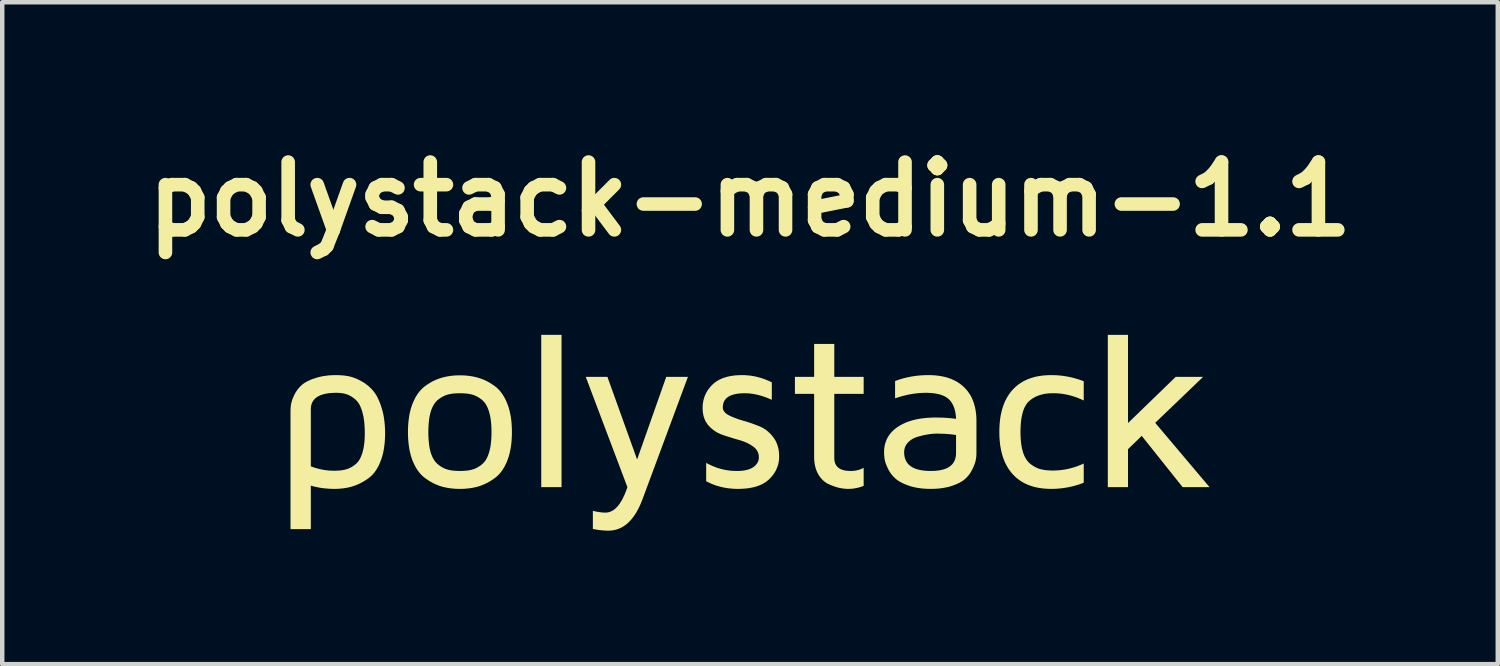
<source format=kicad_pcb>
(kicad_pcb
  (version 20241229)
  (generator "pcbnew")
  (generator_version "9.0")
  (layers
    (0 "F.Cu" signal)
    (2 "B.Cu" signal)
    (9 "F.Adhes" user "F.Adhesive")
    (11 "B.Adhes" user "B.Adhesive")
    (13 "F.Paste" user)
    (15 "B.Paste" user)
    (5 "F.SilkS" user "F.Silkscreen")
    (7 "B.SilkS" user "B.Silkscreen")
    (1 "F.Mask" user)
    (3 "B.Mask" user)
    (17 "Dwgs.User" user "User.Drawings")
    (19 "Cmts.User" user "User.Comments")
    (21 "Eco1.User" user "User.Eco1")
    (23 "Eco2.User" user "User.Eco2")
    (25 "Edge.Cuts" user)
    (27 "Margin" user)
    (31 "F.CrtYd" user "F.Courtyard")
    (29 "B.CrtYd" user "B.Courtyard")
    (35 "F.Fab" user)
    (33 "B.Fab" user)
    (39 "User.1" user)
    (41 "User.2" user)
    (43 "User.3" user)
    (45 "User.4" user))
  (footprint "polystack-medium-1.1"
    (layer "F.Cu")
    (at 13.803 6.674)
    (property "Reference" "polystack-medium-1.1" (at 0 -5.248 0) (layer "F.SilkS") (effects (font (size 1.524 1.524) (thickness 0.305))))
    (attr smd)
    (fp_poly (pts (xy -4.691 1.222) (xy -4.691 -2.2) (xy -4.235 -2.2) (xy -4.235 1.222) (xy -4.691 1.222)) (stroke (width 0) (type solid)) (fill yes) (layer "F.SilkS"))
    (fp_poly (pts (xy 8.04 1.222) (xy 8.04 -2.2) (xy 8.494 -2.2) (xy 8.494 -0.218) (xy 9.566 -1.256) (xy 10.182 -1.256) (xy 9.105 -0.223) (xy 10.325 1.222) (xy 9.721 1.222) (xy 8.802 0.07) (xy 8.494 0.369) (xy 8.494 1.222) (xy 8.04 1.222)) (stroke (width 0) (type solid)) (fill yes) (layer "F.SilkS"))
    (fp_poly (pts (xy 1.009 -0.873) (xy 1.009 -1.256) (xy 1.441 -1.256) (xy 1.441 -1.996) (xy 1.894 -1.996) (xy 1.894 -1.256) (xy 2.554 -1.256) (xy 2.554 -0.873) (xy 1.894 -0.873) (xy 1.894 0.568) (xy 1.895 0.593) (xy 1.897 0.618) (xy 1.901 0.641) (xy 1.906 0.664) (xy 1.913 0.685) (xy 1.921 0.705) (xy 1.931 0.723) (xy 1.943 0.741) (xy 1.955 0.757) (xy 1.97 0.772) (xy 1.986 0.786) (xy 2.003 0.798) (xy 2.022 0.81) (xy 2.043 0.82) (xy 2.064 0.829) (xy 2.088 0.837) (xy 2.113 0.844) (xy 2.139 0.849) (xy 2.167 0.853) (xy 2.197 0.856) (xy 2.228 0.858) (xy 2.26 0.859) (xy 2.265 0.859) (xy 2.299 0.858) (xy 2.331 0.856) (xy 2.363 0.852) (xy 2.393 0.847) (xy 2.422 0.84) (xy 2.451 0.832) (xy 2.478 0.823) (xy 2.504 0.812) (xy 2.53 0.8) (xy 2.554 0.786) (xy 2.554 1.193) (xy 2.526 1.204) (xy 2.497 1.214) (xy 2.469 1.223) (xy 2.441 1.231) (xy 2.412 1.238) (xy 2.384 1.244) (xy 2.356 1.249) (xy 2.328 1.254) (xy 2.299 1.257) (xy 2.271 1.259) (xy 2.243 1.261) (xy 2.214 1.261) (xy 2.202 1.261) (xy 2.176 1.261) (xy 2.15 1.259) (xy 2.123 1.257) (xy 2.096 1.254) (xy 2.068 1.25) (xy 2.039 1.245) (xy 2.011 1.239) (xy 1.987 1.234) (xy 1.963 1.228) (xy 1.938 1.22) (xy 1.912 1.212) (xy 1.885 1.202) (xy 1.856 1.192) (xy 1.827 1.18) (xy 1.797 1.168) (xy 1.766 1.154) (xy 1.74 1.142) (xy 1.716 1.128) (xy 1.693 1.112) (xy 1.67 1.095) (xy 1.648 1.076) (xy 1.627 1.056) (xy 1.606 1.034) (xy 1.587 1.01) (xy 1.568 0.986) (xy 1.55 0.959) (xy 1.533 0.931) (xy 1.52 0.908) (xy 1.508 0.884) (xy 1.498 0.859) (xy 1.488 0.834) (xy 1.479 0.807) (xy 1.471 0.78) (xy 1.464 0.752) (xy 1.458 0.724) (xy 1.452 0.694) (xy 1.448 0.664) (xy 1.445 0.633) (xy 1.443 0.602) (xy 1.441 0.569) (xy 1.441 0.536) (xy 1.441 -0.873) (xy 1.009 -0.873) (xy 1.009 -0.873)) (stroke (width 0) (type solid)) (fill yes) (layer "F.SilkS"))
    (fp_poly (pts (xy -3.691 -1.256) (xy -3.204 -1.256) (xy -2.537 0.601) (xy -1.882 -1.256) (xy -1.395 -1.256) (xy -2.413 1.487) (xy -2.426 1.521) (xy -2.44 1.555) (xy -2.453 1.587) (xy -2.467 1.619) (xy -2.481 1.65) (xy -2.496 1.68) (xy -2.51 1.709) (xy -2.526 1.738) (xy -2.541 1.765) (xy -2.556 1.792) (xy -2.572 1.818) (xy -2.589 1.843) (xy -2.605 1.867) (xy -2.622 1.891) (xy -2.639 1.913) (xy -2.656 1.935) (xy -2.674 1.955) (xy -2.692 1.975) (xy -2.71 1.994) (xy -2.728 2.013) (xy -2.747 2.03) (xy -2.766 2.047) (xy -2.785 2.062) (xy -2.805 2.077) (xy -2.825 2.091) (xy -2.845 2.104) (xy -2.866 2.117) (xy -2.886 2.128) (xy -2.907 2.139) (xy -2.929 2.148) (xy -2.95 2.157) (xy -2.972 2.165) (xy -2.994 2.173) (xy -3.017 2.179) (xy -3.04 2.185) (xy -3.063 2.189) (xy -3.086 2.193) (xy -3.11 2.196) (xy -3.133 2.198) (xy -3.158 2.199) (xy -3.182 2.2) (xy -3.184 2.2) (xy -3.212 2.2) (xy -3.24 2.199) (xy -3.268 2.197) (xy -3.296 2.195) (xy -3.325 2.193) (xy -3.354 2.19) (xy -3.383 2.187) (xy -3.412 2.183) (xy -3.441 2.178) (xy -3.471 2.173) (xy -3.501 2.167) (xy -3.531 2.161) (xy -3.531 1.754) (xy -3.502 1.761) (xy -3.473 1.768) (xy -3.444 1.774) (xy -3.416 1.779) (xy -3.388 1.783) (xy -3.36 1.787) (xy -3.332 1.79) (xy -3.305 1.792) (xy -3.279 1.794) (xy -3.252 1.795) (xy -3.232 1.794) (xy -3.212 1.792) (xy -3.192 1.789) (xy -3.172 1.785) (xy -3.153 1.779) (xy -3.134 1.772) (xy -3.115 1.764) (xy -3.097 1.754) (xy -3.078 1.743) (xy -3.06 1.731) (xy -3.042 1.718) (xy -3.025 1.703) (xy -3.008 1.687) (xy -2.991 1.67) (xy -2.974 1.652) (xy -2.958 1.632) (xy -2.941 1.611) (xy -2.926 1.589) (xy -2.91 1.565) (xy -2.895 1.54) (xy -2.879 1.514) (xy -2.865 1.487) (xy -2.85 1.458) (xy -2.836 1.428) (xy -2.822 1.397) (xy -2.808 1.365) (xy -2.794 1.331) (xy -2.781 1.296) (xy -2.768 1.26) (xy -2.755 1.222) (xy -3.691 -1.256) (xy -3.691 -1.256)) (stroke (width 0) (type solid)) (fill yes) (layer "F.SilkS"))
    (fp_poly (pts (xy 5.903 0.931) (xy 5.886 0.912) (xy 5.87 0.893) (xy 5.854 0.873) (xy 5.838 0.852) (xy 5.824 0.831) (xy 5.809 0.81) (xy 5.795 0.788) (xy 5.782 0.765) (xy 5.769 0.742) (xy 5.756 0.719) (xy 5.744 0.695) (xy 5.732 0.671) (xy 5.721 0.646) (xy 5.711 0.621) (xy 5.701 0.595) (xy 5.691 0.569) (xy 5.682 0.542) (xy 5.674 0.515) (xy 5.665 0.487) (xy 5.658 0.459) (xy 5.651 0.431) (xy 5.644 0.402) (xy 5.638 0.372) (xy 5.632 0.342) (xy 5.627 0.312) (xy 5.622 0.281) (xy 5.618 0.249) (xy 5.615 0.217) (xy 5.611 0.185) (xy 5.609 0.152) (xy 5.606 0.119) (xy 5.605 0.085) (xy 5.604 0.051) (xy 5.603 0.016) (xy 5.603 -0.019) (xy 5.603 -0.055) (xy 5.604 -0.089) (xy 5.605 -0.124) (xy 5.606 -0.158) (xy 5.609 -0.191) (xy 5.611 -0.224) (xy 5.615 -0.256) (xy 5.618 -0.288) (xy 5.622 -0.319) (xy 5.627 -0.35) (xy 5.632 -0.381) (xy 5.638 -0.411) (xy 5.644 -0.44) (xy 5.651 -0.469) (xy 5.658 -0.498) (xy 5.665 -0.526) (xy 5.674 -0.553) (xy 5.682 -0.58) (xy 5.691 -0.607) (xy 5.701 -0.633) (xy 5.711 -0.659) (xy 5.721 -0.684) (xy 5.732 -0.709) (xy 5.744 -0.733) (xy 5.756 -0.757) (xy 5.769 -0.78) (xy 5.782 -0.803) (xy 5.795 -0.825) (xy 5.809 -0.847) (xy 5.824 -0.868) (xy 5.838 -0.889) (xy 5.854 -0.909) (xy 5.87 -0.929) (xy 5.886 -0.949) (xy 5.903 -0.968) (xy 5.922 -0.987) (xy 5.941 -1.006) (xy 5.96 -1.025) (xy 5.98 -1.042) (xy 6 -1.059) (xy 6.021 -1.076) (xy 6.043 -1.092) (xy 6.065 -1.107) (xy 6.087 -1.122) (xy 6.11 -1.136) (xy 6.133 -1.15) (xy 6.157 -1.163) (xy 6.181 -1.175) (xy 6.206 -1.187) (xy 6.231 -1.198) (xy 6.257 -1.208) (xy 6.283 -1.218) (xy 6.31 -1.227) (xy 6.337 -1.236) (xy 6.365 -1.244) (xy 6.393 -1.252) (xy 6.422 -1.259) (xy 6.451 -1.265) (xy 6.481 -1.271) (xy 6.511 -1.276) (xy 6.541 -1.28) (xy 6.572 -1.284) (xy 6.604 -1.288) (xy 6.636 -1.29) (xy 6.669 -1.292) (xy 6.702 -1.294) (xy 6.735 -1.295) (xy 6.769 -1.295) (xy 6.799 -1.295) (xy 6.83 -1.294) (xy 6.86 -1.293) (xy 6.89 -1.292) (xy 6.919 -1.29) (xy 6.949 -1.287) (xy 6.979 -1.284) (xy 7.009 -1.281) (xy 7.038 -1.277) (xy 7.068 -1.273) (xy 7.097 -1.268) (xy 7.126 -1.263) (xy 7.155 -1.258) (xy 7.185 -1.252) (xy 7.214 -1.245) (xy 7.243 -1.239) (xy 7.271 -1.231) (xy 7.3 -1.223) (xy 7.329 -1.215) (xy 7.357 -1.207) (xy 7.386 -1.198) (xy 7.414 -1.188) (xy 7.443 -1.178) (xy 7.471 -1.168) (xy 7.499 -1.157) (xy 7.499 -0.725) (xy 7.471 -0.738) (xy 7.443 -0.751) (xy 7.415 -0.763) (xy 7.387 -0.775) (xy 7.358 -0.786) (xy 7.33 -0.796) (xy 7.302 -0.806) (xy 7.274 -0.815) (xy 7.245 -0.824) (xy 7.217 -0.832) (xy 7.189 -0.84) (xy 7.16 -0.847) (xy 7.132 -0.854) (xy 7.103 -0.859) (xy 7.075 -0.865) (xy 7.046 -0.87) (xy 7.018 -0.874) (xy 6.989 -0.878) (xy 6.961 -0.881) (xy 6.932 -0.883) (xy 6.904 -0.885) (xy 6.875 -0.887) (xy 6.846 -0.887) (xy 6.818 -0.888) (xy 6.808 -0.888) (xy 6.774 -0.887) (xy 6.741 -0.886) (xy 6.709 -0.884) (xy 6.677 -0.881) (xy 6.646 -0.877) (xy 6.616 -0.872) (xy 6.587 -0.866) (xy 6.558 -0.859) (xy 6.53 -0.852) (xy 6.503 -0.843) (xy 6.477 -0.834) (xy 6.451 -0.824) (xy 6.426 -0.813) (xy 6.402 -0.801) (xy 6.378 -0.788) (xy 6.355 -0.774) (xy 6.333 -0.76) (xy 6.312 -0.744) (xy 6.292 -0.728) (xy 6.272 -0.711) (xy 6.257 -0.697) (xy 6.243 -0.682) (xy 6.23 -0.666) (xy 6.217 -0.649) (xy 6.204 -0.631) (xy 6.193 -0.612) (xy 6.182 -0.592) (xy 6.171 -0.571) (xy 6.161 -0.549) (xy 6.151 -0.526) (xy 6.143 -0.502) (xy 6.134 -0.477) (xy 6.126 -0.451) (xy 6.119 -0.423) (xy 6.113 -0.395) (xy 6.107 -0.366) (xy 6.101 -0.336) (xy 6.096 -0.305) (xy 6.092 -0.273) (xy 6.088 -0.24) (xy 6.085 -0.205) (xy 6.083 -0.17) (xy 6.081 -0.134) (xy 6.079 -0.097) (xy 6.078 -0.059) (xy 6.078 -0.019) (xy 6.078 0.017) (xy 6.079 0.052) (xy 6.08 0.087) (xy 6.082 0.12) (xy 6.084 0.153) (xy 6.087 0.185) (xy 6.09 0.216) (xy 6.094 0.247) (xy 6.098 0.276) (xy 6.103 0.305) (xy 6.108 0.333) (xy 6.114 0.36) (xy 6.12 0.386) (xy 6.127 0.412) (xy 6.134 0.437) (xy 6.145 0.468) (xy 6.157 0.499) (xy 6.169 0.528) (xy 6.183 0.555) (xy 6.198 0.581) (xy 6.213 0.605) (xy 6.229 0.628) (xy 6.247 0.649) (xy 6.265 0.669) (xy 6.284 0.687) (xy 6.303 0.703) (xy 6.329 0.722) (xy 6.354 0.739) (xy 6.379 0.755) (xy 6.405 0.769) (xy 6.43 0.782) (xy 6.455 0.794) (xy 6.481 0.804) (xy 6.506 0.813) (xy 6.531 0.82) (xy 6.555 0.825) (xy 6.58 0.83) (xy 6.605 0.835) (xy 6.632 0.838) (xy 6.659 0.842) (xy 6.687 0.844) (xy 6.716 0.846) (xy 6.746 0.848) (xy 6.776 0.849) (xy 6.808 0.849) (xy 6.838 0.849) (xy 6.867 0.848) (xy 6.897 0.846) (xy 6.926 0.845) (xy 6.956 0.842) (xy 6.985 0.839) (xy 7.014 0.835) (xy 7.043 0.831) (xy 7.072 0.827) (xy 7.101 0.822) (xy 7.13 0.816) (xy 7.159 0.809) (xy 7.188 0.803) (xy 7.216 0.795) (xy 7.245 0.787) (xy 7.274 0.779) (xy 7.302 0.77) (xy 7.33 0.76) (xy 7.359 0.75) (xy 7.387 0.739) (xy 7.415 0.728) (xy 7.443 0.716) (xy 7.471 0.704) (xy 7.499 0.691) (xy 7.499 1.123) (xy 7.471 1.134) (xy 7.443 1.144) (xy 7.414 1.154) (xy 7.386 1.164) (xy 7.357 1.173) (xy 7.329 1.181) (xy 7.3 1.19) (xy 7.271 1.197) (xy 7.243 1.205) (xy 7.214 1.211) (xy 7.185 1.218) (xy 7.155 1.224) (xy 7.126 1.229) (xy 7.097 1.234) (xy 7.068 1.239) (xy 7.038 1.243) (xy 7.009 1.247) (xy 6.979 1.25) (xy 6.949 1.253) (xy 6.919 1.256) (xy 6.89 1.258) (xy 6.86 1.259) (xy 6.83 1.26) (xy 6.799 1.261) (xy 6.769 1.261) (xy 6.735 1.261) (xy 6.702 1.26) (xy 6.669 1.258) (xy 6.636 1.256) (xy 6.604 1.254) (xy 6.572 1.25) (xy 6.541 1.246) (xy 6.511 1.242) (xy 6.481 1.237) (xy 6.451 1.231) (xy 6.422 1.225) (xy 6.393 1.218) (xy 6.365 1.21) (xy 6.337 1.202) (xy 6.31 1.193) (xy 6.283 1.184) (xy 6.257 1.174) (xy 6.231 1.163) (xy 6.206 1.152) (xy 6.181 1.14) (xy 6.157 1.128) (xy 6.133 1.115) (xy 6.11 1.101) (xy 6.087 1.087) (xy 6.065 1.072) (xy 6.043 1.056) (xy 6.021 1.04) (xy 6 1.024) (xy 5.98 1.006) (xy 5.96 0.989) (xy 5.941 0.97) (xy 5.922 0.951) (xy 5.903 0.931) (xy 5.903 0.931)) (stroke (width 0) (type solid)) (fill yes) (layer "F.SilkS"))
    (fp_poly (pts (xy -10.325 2.166) (xy -10.325 -0.497) (xy -9.697 -0.822) (xy -9.716 -0.811) (xy -9.735 -0.799) (xy -9.752 -0.786) (xy -9.768 -0.772) (xy -9.783 -0.758) (xy -9.797 -0.743) (xy -9.809 -0.727) (xy -9.82 -0.711) (xy -9.831 -0.693) (xy -9.84 -0.675) (xy -9.847 -0.656) (xy -9.854 -0.636) (xy -9.859 -0.616) (xy -9.863 -0.595) (xy -9.866 -0.573) (xy -9.868 -0.55) (xy -9.869 -0.526) (xy -9.869 0.754) (xy -9.869 0.754) (xy -9.84 0.765) (xy -9.811 0.775) (xy -9.783 0.785) (xy -9.754 0.794) (xy -9.725 0.802) (xy -9.696 0.809) (xy -9.667 0.817) (xy -9.638 0.823) (xy -9.609 0.829) (xy -9.579 0.834) (xy -9.55 0.839) (xy -9.521 0.843) (xy -9.491 0.846) (xy -9.461 0.849) (xy -9.432 0.851) (xy -9.402 0.852) (xy -9.372 0.853) (xy -9.342 0.854) (xy -9.309 0.853) (xy -9.277 0.852) (xy -9.246 0.85) (xy -9.216 0.848) (xy -9.187 0.845) (xy -9.159 0.841) (xy -9.133 0.836) (xy -9.107 0.831) (xy -9.083 0.825) (xy -9.056 0.816) (xy -9.029 0.807) (xy -9.002 0.795) (xy -8.975 0.782) (xy -8.948 0.767) (xy -8.922 0.751) (xy -8.896 0.733) (xy -8.869 0.713) (xy -8.851 0.697) (xy -8.833 0.68) (xy -8.816 0.661) (xy -8.8 0.641) (xy -8.785 0.619) (xy -8.771 0.596) (xy -8.757 0.571) (xy -8.745 0.544) (xy -8.733 0.516) (xy -8.722 0.487) (xy -8.712 0.456) (xy -8.705 0.432) (xy -8.698 0.407) (xy -8.692 0.381) (xy -8.686 0.355) (xy -8.681 0.328) (xy -8.676 0.299) (xy -8.672 0.271) (xy -8.668 0.241) (xy -8.665 0.21) (xy -8.662 0.179) (xy -8.66 0.147) (xy -8.658 0.114) (xy -8.657 0.08) (xy -8.656 0.045) (xy -8.656 0.01) (xy -8.656 -0.026) (xy -8.657 -0.061) (xy -8.658 -0.095) (xy -8.66 -0.128) (xy -8.662 -0.161) (xy -8.664 -0.193) (xy -8.667 -0.224) (xy -8.67 -0.254) (xy -8.674 -0.284) (xy -8.678 -0.312) (xy -8.682 -0.34) (xy -8.687 -0.367) (xy -8.693 -0.394) (xy -8.699 -0.419) (xy -8.705 -0.444) (xy -8.712 -0.468) (xy -8.722 -0.502) (xy -8.733 -0.534) (xy -8.745 -0.565) (xy -8.757 -0.594) (xy -8.77 -0.621) (xy -8.784 -0.646) (xy -8.799 -0.67) (xy -8.815 -0.692) (xy -8.832 -0.712) (xy -8.849 -0.73) (xy -8.867 -0.747) (xy -8.892 -0.768) (xy -8.918 -0.787) (xy -8.943 -0.805) (xy -8.968 -0.82) (xy -8.993 -0.834) (xy -9.019 -0.847) (xy -9.043 -0.857) (xy -9.068 -0.866) (xy -9.094 -0.873) (xy -9.12 -0.88) (xy -9.147 -0.885) (xy -9.175 -0.89) (xy -9.204 -0.893) (xy -9.234 -0.895) (xy -9.265 -0.897) (xy -9.296 -0.897) (xy -9.333 -0.897) (xy -9.368 -0.896) (xy -9.402 -0.894) (xy -9.435 -0.891) (xy -9.466 -0.888) (xy -9.496 -0.884) (xy -9.526 -0.878) (xy -9.554 -0.873) (xy -9.58 -0.866) (xy -9.606 -0.859) (xy -9.63 -0.851) (xy -9.654 -0.842) (xy -9.676 -0.832) (xy -9.697 -0.822) (xy -10.325 -0.497) (xy -10.324 -0.524) (xy -10.323 -0.55) (xy -10.321 -0.577) (xy -10.318 -0.603) (xy -10.315 -0.629) (xy -10.31 -0.655) (xy -10.305 -0.679) (xy -10.298 -0.704) (xy -10.29 -0.731) (xy -10.279 -0.76) (xy -10.267 -0.79) (xy -10.253 -0.822) (xy -10.237 -0.856) (xy -10.223 -0.883) (xy -10.208 -0.909) (xy -10.192 -0.934) (xy -10.175 -0.958) (xy -10.157 -0.982) (xy -10.138 -1.005) (xy -10.118 -1.027) (xy -10.097 -1.049) (xy -10.075 -1.07) (xy -10.057 -1.085) (xy -10.038 -1.1) (xy -10.018 -1.114) (xy -9.996 -1.128) (xy -9.972 -1.142) (xy -9.948 -1.155) (xy -9.921 -1.168) (xy -9.894 -1.181) (xy -9.865 -1.193) (xy -9.834 -1.205) (xy -9.803 -1.216) (xy -9.769 -1.227) (xy -9.744 -1.235) (xy -9.717 -1.243) (xy -9.691 -1.25) (xy -9.663 -1.257) (xy -9.636 -1.263) (xy -9.607 -1.269) (xy -9.579 -1.274) (xy -9.549 -1.278) (xy -9.519 -1.282) (xy -9.489 -1.286) (xy -9.458 -1.289) (xy -9.427 -1.291) (xy -9.395 -1.293) (xy -9.363 -1.294) (xy -9.33 -1.295) (xy -9.296 -1.295) (xy -9.266 -1.295) (xy -9.235 -1.294) (xy -9.205 -1.292) (xy -9.175 -1.29) (xy -9.145 -1.288) (xy -9.115 -1.284) (xy -9.086 -1.281) (xy -9.056 -1.276) (xy -9.027 -1.271) (xy -9.003 -1.266) (xy -8.978 -1.26) (xy -8.953 -1.253) (xy -8.927 -1.245) (xy -8.901 -1.236) (xy -8.875 -1.227) (xy -8.849 -1.216) (xy -8.822 -1.204) (xy -8.794 -1.191) (xy -8.767 -1.177) (xy -8.739 -1.162) (xy -8.713 -1.147) (xy -8.687 -1.132) (xy -8.662 -1.116) (xy -8.638 -1.1) (xy -8.615 -1.082) (xy -8.592 -1.064) (xy -8.569 -1.045) (xy -8.548 -1.026) (xy -8.527 -1.006) (xy -8.506 -0.985) (xy -8.486 -0.963) (xy -8.467 -0.941) (xy -8.452 -0.923) (xy -8.437 -0.903) (xy -8.423 -0.882) (xy -8.409 -0.861) (xy -8.395 -0.838) (xy -8.382 -0.815) (xy -8.369 -0.79) (xy -8.356 -0.764) (xy -8.344 -0.738) (xy -8.332 -0.71) (xy -8.321 -0.682) (xy -8.309 -0.652) (xy -8.298 -0.622) (xy -8.288 -0.59) (xy -8.278 -0.558) (xy -8.27 -0.532) (xy -8.262 -0.505) (xy -8.255 -0.479) (xy -8.248 -0.451) (xy -8.242 -0.424) (xy -8.236 -0.395) (xy -8.231 -0.367) (xy -8.226 -0.338) (xy -8.222 -0.308) (xy -8.218 -0.279) (xy -8.214 -0.248) (xy -8.211 -0.218) (xy -8.208 -0.186) (xy -8.205 -0.155) (xy -8.204 -0.123) (xy -8.202 -0.09) (xy -8.201 -0.057) (xy -8.2 -0.024) (xy -8.2 0.01) (xy -8.2 0.044) (xy -8.201 0.079) (xy -8.202 0.113) (xy -8.204 0.146) (xy -8.206 0.179) (xy -8.208 0.212) (xy -8.211 0.244) (xy -8.215 0.275) (xy -8.219 0.306) (xy -8.223 0.337) (xy -8.228 0.367) (xy -8.233 0.396) (xy -8.239 0.425) (xy -8.245 0.454) (xy -8.252 0.482) (xy -8.259 0.509) (xy -8.267 0.537) (xy -8.275 0.563) (xy -8.283 0.589) (xy -8.292 0.615) (xy -8.302 0.64) (xy -8.315 0.672) (xy -8.328 0.703) (xy -8.342 0.733) (xy -8.357 0.762) (xy -8.372 0.789) (xy -8.387 0.816) (xy -8.404 0.842) (xy -8.421 0.866) (xy -8.438 0.89) (xy -8.457 0.913) (xy -8.475 0.934) (xy -8.495 0.954) (xy -8.515 0.974) (xy -8.535 0.992) (xy -8.557 1.01) (xy -8.578 1.026) (xy -8.604 1.044) (xy -8.629 1.06) (xy -8.655 1.077) (xy -8.68 1.092) (xy -8.706 1.107) (xy -8.732 1.121) (xy -8.757 1.134) (xy -8.783 1.147) (xy -8.809 1.159) (xy -8.835 1.17) (xy -8.861 1.181) (xy -8.887 1.19) (xy -8.914 1.199) (xy -8.94 1.208) (xy -8.966 1.215) (xy -8.993 1.222) (xy -9.02 1.228) (xy -9.047 1.234) (xy -9.075 1.239) (xy -9.103 1.244) (xy -9.131 1.248) (xy -9.16 1.251) (xy -9.19 1.254) (xy -9.219 1.257) (xy -9.25 1.259) (xy -9.28 1.26) (xy -9.311 1.261) (xy -9.342 1.261) (xy -9.373 1.261) (xy -9.403 1.26) (xy -9.433 1.259) (xy -9.463 1.258) (xy -9.493 1.255) (xy -9.523 1.253) (xy -9.552 1.25) (xy -9.582 1.247) (xy -9.611 1.243) (xy -9.64 1.239) (xy -9.669 1.234) (xy -9.698 1.229) (xy -9.727 1.223) (xy -9.756 1.217) (xy -9.784 1.211) (xy -9.812 1.204) (xy -9.841 1.196) (xy -9.869 1.188) (xy -9.869 2.166) (xy -10.325 2.166) (xy -10.325 2.166)) (stroke (width 0) (type solid)) (fill yes) (layer "F.SilkS"))
    (fp_poly (pts (xy -1.065 -0.555) (xy -1.064 -0.586) (xy -1.063 -0.616) (xy -1.06 -0.646) (xy -1.056 -0.675) (xy -1.051 -0.704) (xy -1.045 -0.732) (xy -1.038 -0.76) (xy -1.03 -0.787) (xy -1.021 -0.814) (xy -1.01 -0.84) (xy -0.999 -0.866) (xy -0.986 -0.892) (xy -0.973 -0.917) (xy -0.958 -0.941) (xy -0.942 -0.966) (xy -0.925 -0.989) (xy -0.907 -1.012) (xy -0.888 -1.035) (xy -0.868 -1.057) (xy -0.846 -1.079) (xy -0.828 -1.096) (xy -0.81 -1.112) (xy -0.79 -1.128) (xy -0.77 -1.143) (xy -0.749 -1.157) (xy -0.727 -1.17) (xy -0.705 -1.183) (xy -0.682 -1.195) (xy -0.658 -1.207) (xy -0.633 -1.217) (xy -0.608 -1.227) (xy -0.581 -1.237) (xy -0.555 -1.245) (xy -0.527 -1.253) (xy -0.499 -1.261) (xy -0.47 -1.267) (xy -0.44 -1.273) (xy -0.409 -1.278) (xy -0.378 -1.283) (xy -0.346 -1.287) (xy -0.313 -1.29) (xy -0.28 -1.292) (xy -0.245 -1.294) (xy -0.21 -1.295) (xy -0.175 -1.295) (xy -0.145 -1.295) (xy -0.116 -1.294) (xy -0.087 -1.292) (xy -0.058 -1.29) (xy -0.029 -1.287) (xy 0.001 -1.284) (xy 0.03 -1.28) (xy 0.059 -1.275) (xy 0.088 -1.27) (xy 0.117 -1.264) (xy 0.146 -1.258) (xy 0.175 -1.251) (xy 0.203 -1.243) (xy 0.232 -1.235) (xy 0.261 -1.226) (xy 0.29 -1.217) (xy 0.318 -1.206) (xy 0.347 -1.196) (xy 0.376 -1.184) (xy 0.404 -1.172) (xy 0.433 -1.16) (xy 0.461 -1.146) (xy 0.49 -1.133) (xy 0.49 -0.74) (xy 0.459 -0.754) (xy 0.429 -0.767) (xy 0.398 -0.779) (xy 0.368 -0.791) (xy 0.338 -0.802) (xy 0.309 -0.812) (xy 0.279 -0.822) (xy 0.249 -0.831) (xy 0.22 -0.839) (xy 0.191 -0.847) (xy 0.162 -0.854) (xy 0.133 -0.861) (xy 0.104 -0.866) (xy 0.076 -0.871) (xy 0.048 -0.876) (xy 0.02 -0.879) (xy -0.008 -0.882) (xy -0.036 -0.885) (xy -0.064 -0.886) (xy -0.092 -0.887) (xy -0.119 -0.888) (xy -0.155 -0.887) (xy -0.189 -0.886) (xy -0.222 -0.884) (xy -0.254 -0.881) (xy -0.284 -0.877) (xy -0.313 -0.872) (xy -0.341 -0.866) (xy -0.367 -0.86) (xy -0.392 -0.852) (xy -0.416 -0.844) (xy -0.438 -0.835) (xy -0.459 -0.825) (xy -0.479 -0.814) (xy -0.497 -0.802) (xy -0.514 -0.79) (xy -0.529 -0.776) (xy -0.544 -0.762) (xy -0.556 -0.746) (xy -0.568 -0.73) (xy -0.578 -0.713) (xy -0.587 -0.695) (xy -0.594 -0.677) (xy -0.6 -0.657) (xy -0.605 -0.637) (xy -0.608 -0.615) (xy -0.611 -0.593) (xy -0.611 -0.57) (xy -0.61 -0.547) (xy -0.605 -0.525) (xy -0.597 -0.504) (xy -0.585 -0.484) (xy -0.571 -0.465) (xy -0.553 -0.446) (xy -0.532 -0.428) (xy -0.508 -0.411) (xy -0.48 -0.395) (xy -0.456 -0.383) (xy -0.431 -0.371) (xy -0.405 -0.359) (xy -0.378 -0.348) (xy -0.35 -0.337) (xy -0.321 -0.326) (xy -0.292 -0.315) (xy -0.261 -0.304) (xy -0.23 -0.294) (xy -0.198 -0.284) (xy -0.165 -0.274) (xy -0.137 -0.266) (xy -0.108 -0.258) (xy -0.08 -0.249) (xy -0.051 -0.24) (xy -0.023 -0.231) (xy 0.005 -0.222) (xy 0.034 -0.212) (xy 0.062 -0.202) (xy 0.09 -0.192) (xy 0.119 -0.181) (xy 0.147 -0.171) (xy 0.175 -0.159) (xy 0.204 -0.148) (xy 0.23 -0.137) (xy 0.256 -0.125) (xy 0.281 -0.112) (xy 0.306 -0.098) (xy 0.33 -0.083) (xy 0.354 -0.067) (xy 0.377 -0.05) (xy 0.399 -0.032) (xy 0.421 -0.012) (xy 0.442 0.008) (xy 0.463 0.029) (xy 0.483 0.052) (xy 0.502 0.075) (xy 0.521 0.099) (xy 0.538 0.122) (xy 0.553 0.144) (xy 0.567 0.168) (xy 0.58 0.192) (xy 0.592 0.217) (xy 0.603 0.242) (xy 0.613 0.268) (xy 0.621 0.295) (xy 0.629 0.322) (xy 0.636 0.35) (xy 0.642 0.379) (xy 0.647 0.408) (xy 0.65 0.438) (xy 0.653 0.468) (xy 0.654 0.499) (xy 0.655 0.531) (xy 0.654 0.561) (xy 0.653 0.59) (xy 0.65 0.619) (xy 0.646 0.647) (xy 0.641 0.675) (xy 0.635 0.703) (xy 0.627 0.73) (xy 0.619 0.757) (xy 0.609 0.783) (xy 0.598 0.809) (xy 0.587 0.834) (xy 0.574 0.859) (xy 0.56 0.884) (xy 0.544 0.908) (xy 0.528 0.932) (xy 0.51 0.956) (xy 0.492 0.979) (xy 0.472 1.001) (xy 0.451 1.024) (xy 0.429 1.045) (xy 0.412 1.062) (xy 0.393 1.077) (xy 0.374 1.092) (xy 0.354 1.107) (xy 0.333 1.12) (xy 0.312 1.133) (xy 0.29 1.146) (xy 0.267 1.158) (xy 0.243 1.169) (xy 0.219 1.179) (xy 0.194 1.189) (xy 0.168 1.199) (xy 0.142 1.207) (xy 0.115 1.215) (xy 0.087 1.223) (xy 0.058 1.229) (xy 0.029 1.235) (xy -0.002 1.241) (xy -0.032 1.246) (xy -0.064 1.25) (xy -0.096 1.253) (xy -0.13 1.256) (xy -0.163 1.258) (xy -0.198 1.26) (xy -0.233 1.261) (xy -0.269 1.261) (xy -0.301 1.261) (xy -0.332 1.26) (xy -0.364 1.259) (xy -0.394 1.257) (xy -0.425 1.254) (xy -0.456 1.251) (xy -0.486 1.248) (xy -0.516 1.244) (xy -0.545 1.239) (xy -0.575 1.234) (xy -0.604 1.228) (xy -0.633 1.221) (xy -0.661 1.215) (xy -0.69 1.207) (xy -0.718 1.199) (xy -0.746 1.191) (xy -0.773 1.182) (xy -0.8 1.172) (xy -0.828 1.162) (xy -0.854 1.151) (xy -0.881 1.14) (xy -0.907 1.128) (xy -0.933 1.115) (xy -0.959 1.102) (xy -0.985 1.089) (xy -0.985 0.677) (xy -0.958 0.692) (xy -0.931 0.706) (xy -0.903 0.719) (xy -0.876 0.732) (xy -0.848 0.745) (xy -0.821 0.756) (xy -0.793 0.767) (xy -0.765 0.778) (xy -0.737 0.788) (xy -0.709 0.797) (xy -0.68 0.805) (xy -0.652 0.813) (xy -0.623 0.82) (xy -0.594 0.827) (xy -0.565 0.833) (xy -0.536 0.838) (xy -0.507 0.843) (xy -0.478 0.847) (xy -0.448 0.851) (xy -0.418 0.854) (xy -0.389 0.856) (xy -0.359 0.857) (xy -0.329 0.858) (xy -0.298 0.859) (xy -0.289 0.859) (xy -0.253 0.858) (xy -0.218 0.857) (xy -0.185 0.854) (xy -0.153 0.851) (xy -0.123 0.846) (xy -0.093 0.84) (xy -0.066 0.834) (xy -0.039 0.826) (xy -0.014 0.818) (xy 0.01 0.808) (xy 0.032 0.798) (xy 0.053 0.786) (xy 0.073 0.774) (xy 0.097 0.756) (xy 0.118 0.737) (xy 0.137 0.717) (xy 0.153 0.696) (xy 0.167 0.675) (xy 0.179 0.652) (xy 0.188 0.629) (xy 0.194 0.604) (xy 0.198 0.579) (xy 0.199 0.553) (xy 0.198 0.526) (xy 0.195 0.499) (xy 0.189 0.474) (xy 0.182 0.45) (xy 0.172 0.427) (xy 0.16 0.404) (xy 0.146 0.383) (xy 0.13 0.363) (xy 0.111 0.344) (xy 0.091 0.325) (xy 0.068 0.308) (xy 0.046 0.293) (xy 0.023 0.278) (xy 0.000001 0.263) (xy -0.024 0.25) (xy -0.049 0.237) (xy -0.075 0.224) (xy -0.102 0.213) (xy -0.129 0.201) (xy -0.158 0.191) (xy -0.187 0.181) (xy -0.217 0.171) (xy -0.247 0.163) (xy -0.276 0.154) (xy -0.305 0.146) (xy -0.334 0.137) (xy -0.362 0.129) (xy -0.391 0.12) (xy -0.42 0.111) (xy -0.449 0.102) (xy -0.477 0.093) (xy -0.506 0.084) (xy -0.535 0.075) (xy -0.563 0.065) (xy -0.592 0.056) (xy -0.621 0.046) (xy -0.649 0.036) (xy -0.676 0.024) (xy -0.703 0.011) (xy -0.729 -0.002) (xy -0.755 -0.016) (xy -0.78 -0.032) (xy -0.804 -0.048) (xy -0.828 -0.066) (xy -0.851 -0.084) (xy -0.873 -0.103) (xy -0.895 -0.124) (xy -0.916 -0.145) (xy -0.936 -0.167) (xy -0.953 -0.188) (xy -0.968 -0.209) (xy -0.982 -0.231) (xy -0.996 -0.254) (xy -1.008 -0.277) (xy -1.018 -0.302) (xy -1.028 -0.327) (xy -1.037 -0.353) (xy -1.044 -0.379) (xy -1.05 -0.407) (xy -1.056 -0.435) (xy -1.06 -0.464) (xy -1.062 -0.494) (xy -1.064 -0.524) (xy -1.065 -0.555) (xy -1.065 -0.555)) (stroke (width 0) (type solid)) (fill yes) (layer "F.SilkS"))
    (fp_poly (pts (xy 3.012 0.441) (xy 3.463 0.436) (xy 3.464 0.462) (xy 3.466 0.486) (xy 3.468 0.51) (xy 3.472 0.533) (xy 3.477 0.555) (xy 3.483 0.576) (xy 3.49 0.597) (xy 3.498 0.616) (xy 3.508 0.635) (xy 3.518 0.653) (xy 3.53 0.671) (xy 3.542 0.688) (xy 3.556 0.703) (xy 3.571 0.719) (xy 3.587 0.733) (xy 3.604 0.746) (xy 3.622 0.759) (xy 3.641 0.771) (xy 3.661 0.783) (xy 3.683 0.793) (xy 3.705 0.803) (xy 3.729 0.812) (xy 3.753 0.82) (xy 3.779 0.827) (xy 3.806 0.834) (xy 3.834 0.839) (xy 3.863 0.845) (xy 3.893 0.849) (xy 3.924 0.852) (xy 3.956 0.855) (xy 3.99 0.857) (xy 4.024 0.858) (xy 4.06 0.858) (xy 4.067 0.858) (xy 4.102 0.858) (xy 4.135 0.857) (xy 4.168 0.855) (xy 4.199 0.852) (xy 4.229 0.849) (xy 4.259 0.844) (xy 4.287 0.839) (xy 4.313 0.833) (xy 4.339 0.826) (xy 4.364 0.819) (xy 4.388 0.811) (xy 4.41 0.802) (xy 4.432 0.792) (xy 4.452 0.781) (xy 4.471 0.769) (xy 4.489 0.757) (xy 4.506 0.744) (xy 4.522 0.73) (xy 4.537 0.716) (xy 4.551 0.7) (xy 4.563 0.684) (xy 4.575 0.667) (xy 4.585 0.649) (xy 4.595 0.631) (xy 4.603 0.611) (xy 4.61 0.591) (xy 4.616 0.57) (xy 4.621 0.548) (xy 4.625 0.526) (xy 4.628 0.502) (xy 4.629 0.478) (xy 4.63 0.453) (xy 4.63 0.051) (xy 4.604 0.047) (xy 4.577 0.043) (xy 4.55 0.04) (xy 4.521 0.036) (xy 4.493 0.033) (xy 4.463 0.031) (xy 4.432 0.028) (xy 4.401 0.026) (xy 4.369 0.024) (xy 4.336 0.023) (xy 4.303 0.022) (xy 4.269 0.021) (xy 4.234 0.02) (xy 4.198 0.019) (xy 4.17 0.02) (xy 4.141 0.021) (xy 4.111 0.023) (xy 4.081 0.026) (xy 4.051 0.029) (xy 4.021 0.034) (xy 3.99 0.039) (xy 3.962 0.043) (xy 3.934 0.049) (xy 3.905 0.055) (xy 3.876 0.061) (xy 3.847 0.069) (xy 3.816 0.077) (xy 3.786 0.085) (xy 3.754 0.095) (xy 3.727 0.104) (xy 3.701 0.114) (xy 3.675 0.126) (xy 3.651 0.139) (xy 3.628 0.154) (xy 3.606 0.169) (xy 3.585 0.186) (xy 3.565 0.204) (xy 3.546 0.223) (xy 3.527 0.246) (xy 3.51 0.27) (xy 3.496 0.295) (xy 3.484 0.321) (xy 3.475 0.349) (xy 3.469 0.377) (xy 3.465 0.406) (xy 3.463 0.437) (xy 3.463 0.436) (xy 3.012 0.441) (xy 3.013 0.411) (xy 3.014 0.381) (xy 3.017 0.352) (xy 3.021 0.323) (xy 3.026 0.295) (xy 3.032 0.267) (xy 3.039 0.24) (xy 3.047 0.214) (xy 3.056 0.188) (xy 3.066 0.162) (xy 3.077 0.138) (xy 3.09 0.113) (xy 3.103 0.09) (xy 3.118 0.067) (xy 3.134 0.044) (xy 3.15 0.022) (xy 3.168 0.001) (xy 3.187 -0.02) (xy 3.207 -0.04) (xy 3.228 -0.06) (xy 3.25 -0.079) (xy 3.273 -0.098) (xy 3.297 -0.116) (xy 3.323 -0.133) (xy 3.344 -0.147) (xy 3.365 -0.16) (xy 3.387 -0.173) (xy 3.41 -0.185) (xy 3.433 -0.197) (xy 3.456 -0.208) (xy 3.48 -0.219) (xy 3.505 -0.23) (xy 3.53 -0.24) (xy 3.556 -0.249) (xy 3.582 -0.258) (xy 3.609 -0.267) (xy 3.636 -0.275) (xy 3.664 -0.283) (xy 3.692 -0.29) (xy 3.721 -0.297) (xy 3.75 -0.303) (xy 3.78 -0.309) (xy 3.81 -0.314) (xy 3.841 -0.319) (xy 3.873 -0.323) (xy 3.905 -0.327) (xy 3.937 -0.331) (xy 3.97 -0.334) (xy 4.004 -0.336) (xy 4.038 -0.338) (xy 4.072 -0.34) (xy 4.107 -0.341) (xy 4.143 -0.342) (xy 4.179 -0.342) (xy 4.21 -0.342) (xy 4.241 -0.341) (xy 4.271 -0.341) (xy 4.302 -0.34) (xy 4.332 -0.339) (xy 4.363 -0.337) (xy 4.393 -0.336) (xy 4.423 -0.334) (xy 4.453 -0.331) (xy 4.483 -0.329) (xy 4.513 -0.326) (xy 4.542 -0.323) (xy 4.572 -0.32) (xy 4.601 -0.317) (xy 4.63 -0.313) (xy 4.628 -0.349) (xy 4.625 -0.384) (xy 4.62 -0.418) (xy 4.615 -0.45) (xy 4.609 -0.482) (xy 4.602 -0.512) (xy 4.594 -0.54) (xy 4.585 -0.568) (xy 4.574 -0.594) (xy 4.563 -0.62) (xy 4.551 -0.644) (xy 4.538 -0.666) (xy 4.524 -0.688) (xy 4.509 -0.708) (xy 4.493 -0.727) (xy 4.476 -0.745) (xy 4.458 -0.762) (xy 4.441 -0.775) (xy 4.423 -0.789) (xy 4.404 -0.801) (xy 4.384 -0.813) (xy 4.362 -0.824) (xy 4.34 -0.834) (xy 4.316 -0.843) (xy 4.291 -0.852) (xy 4.266 -0.86) (xy 4.239 -0.867) (xy 4.211 -0.873) (xy 4.181 -0.879) (xy 4.151 -0.884) (xy 4.12 -0.888) (xy 4.087 -0.891) (xy 4.054 -0.894) (xy 4.019 -0.896) (xy 3.983 -0.897) (xy 3.946 -0.897) (xy 3.918 -0.897) (xy 3.89 -0.896) (xy 3.861 -0.895) (xy 3.833 -0.894) (xy 3.804 -0.891) (xy 3.775 -0.889) (xy 3.746 -0.886) (xy 3.717 -0.882) (xy 3.687 -0.878) (xy 3.658 -0.874) (xy 3.628 -0.869) (xy 3.598 -0.864) (xy 3.568 -0.858) (xy 3.538 -0.852) (xy 3.508 -0.845) (xy 3.477 -0.837) (xy 3.447 -0.83) (xy 3.416 -0.822) (xy 3.385 -0.813) (xy 3.354 -0.804) (xy 3.323 -0.794) (xy 3.291 -0.784) (xy 3.26 -0.774) (xy 3.26 -1.162) (xy 3.288 -1.172) (xy 3.316 -1.182) (xy 3.345 -1.192) (xy 3.373 -1.201) (xy 3.402 -1.21) (xy 3.431 -1.218) (xy 3.46 -1.226) (xy 3.489 -1.233) (xy 3.519 -1.24) (xy 3.548 -1.247) (xy 3.578 -1.253) (xy 3.608 -1.259) (xy 3.638 -1.264) (xy 3.668 -1.269) (xy 3.698 -1.274) (xy 3.729 -1.278) (xy 3.759 -1.281) (xy 3.79 -1.285) (xy 3.821 -1.287) (xy 3.852 -1.29) (xy 3.883 -1.292) (xy 3.914 -1.293) (xy 3.946 -1.294) (xy 3.977 -1.295) (xy 4.009 -1.295) (xy 4.043 -1.295) (xy 4.077 -1.294) (xy 4.11 -1.292) (xy 4.143 -1.29) (xy 4.175 -1.288) (xy 4.206 -1.284) (xy 4.237 -1.28) (xy 4.268 -1.276) (xy 4.298 -1.271) (xy 4.327 -1.265) (xy 4.356 -1.259) (xy 4.385 -1.252) (xy 4.413 -1.245) (xy 4.44 -1.236) (xy 4.467 -1.228) (xy 4.493 -1.219) (xy 4.519 -1.209) (xy 4.544 -1.198) (xy 4.569 -1.187) (xy 4.593 -1.175) (xy 4.617 -1.163) (xy 4.64 -1.15) (xy 4.663 -1.137) (xy 4.685 -1.123) (xy 4.707 -1.108) (xy 4.728 -1.093) (xy 4.748 -1.077) (xy 4.768 -1.061) (xy 4.788 -1.044) (xy 4.807 -1.026) (xy 4.826 -1.007) (xy 4.845 -0.988) (xy 4.862 -0.968) (xy 4.879 -0.948) (xy 4.896 -0.927) (xy 4.911 -0.905) (xy 4.926 -0.883) (xy 4.941 -0.861) (xy 4.955 -0.838) (xy 4.968 -0.814) (xy 4.98 -0.79) (xy 4.992 -0.765) (xy 5.003 -0.739) (xy 5.013 -0.713) (xy 5.023 -0.687) (xy 5.032 -0.66) (xy 5.04 -0.632) (xy 5.048 -0.604) (xy 5.055 -0.575) (xy 5.061 -0.546) (xy 5.067 -0.516) (xy 5.072 -0.486) (xy 5.076 -0.455) (xy 5.08 -0.423) (xy 5.083 -0.391) (xy 5.085 -0.358) (xy 5.087 -0.325) (xy 5.088 -0.291) (xy 5.088 -0.257) (xy 5.088 0.458) (xy 5.088 0.485) (xy 5.086 0.512) (xy 5.084 0.538) (xy 5.081 0.565) (xy 5.077 0.592) (xy 5.071 0.618) (xy 5.066 0.642) (xy 5.059 0.667) (xy 5.05 0.693) (xy 5.04 0.722) (xy 5.027 0.753) (xy 5.013 0.785) (xy 4.996 0.82) (xy 4.983 0.847) (xy 4.968 0.873) (xy 4.953 0.899) (xy 4.936 0.924) (xy 4.918 0.948) (xy 4.899 0.971) (xy 4.879 0.993) (xy 4.858 1.015) (xy 4.836 1.036) (xy 4.818 1.051) (xy 4.799 1.066) (xy 4.779 1.08) (xy 4.757 1.094) (xy 4.734 1.108) (xy 4.709 1.122) (xy 4.683 1.135) (xy 4.655 1.148) (xy 4.626 1.16) (xy 4.596 1.172) (xy 4.564 1.184) (xy 4.531 1.196) (xy 4.505 1.204) (xy 4.479 1.211) (xy 4.452 1.218) (xy 4.425 1.224) (xy 4.397 1.23) (xy 4.369 1.236) (xy 4.34 1.24) (xy 4.311 1.245) (xy 4.281 1.249) (xy 4.251 1.252) (xy 4.221 1.255) (xy 4.189 1.257) (xy 4.158 1.259) (xy 4.126 1.26) (xy 4.093 1.261) (xy 4.06 1.261) (xy 4.026 1.261) (xy 3.993 1.26) (xy 3.96 1.259) (xy 3.927 1.257) (xy 3.895 1.255) (xy 3.864 1.252) (xy 3.833 1.248) (xy 3.803 1.244) (xy 3.773 1.24) (xy 3.744 1.235) (xy 3.715 1.229) (xy 3.687 1.223) (xy 3.66 1.216) (xy 3.632 1.209) (xy 3.606 1.202) (xy 3.58 1.193) (xy 3.546 1.181) (xy 3.514 1.169) (xy 3.483 1.157) (xy 3.454 1.144) (xy 3.426 1.131) (xy 3.399 1.118) (xy 3.374 1.104) (xy 3.35 1.09) (xy 3.328 1.076) (xy 3.307 1.061) (xy 3.287 1.046) (xy 3.269 1.031) (xy 3.249 1.012) (xy 3.229 0.993) (xy 3.211 0.972) (xy 3.193 0.952) (xy 3.175 0.93) (xy 3.159 0.908) (xy 3.144 0.885) (xy 3.129 0.862) (xy 3.115 0.837) (xy 3.102 0.813) (xy 3.088 0.782) (xy 3.075 0.752) (xy 3.063 0.724) (xy 3.053 0.697) (xy 3.044 0.672) (xy 3.037 0.648) (xy 3.031 0.625) (xy 3.027 0.604) (xy 3.022 0.577) (xy 3.019 0.549) (xy 3.016 0.522) (xy 3.014 0.495) (xy 3.013 0.468) (xy 3.012 0.441) (xy 3.012 0.441)) (stroke (width 0) (type solid)) (fill yes) (layer "F.SilkS"))
    (fp_poly (pts (xy -7.582 0.628) (xy -7.174 -0.473) (xy -7.181 -0.45) (xy -7.187 -0.427) (xy -7.192 -0.402) (xy -7.198 -0.377) (xy -7.202 -0.351) (xy -7.207 -0.324) (xy -7.211 -0.297) (xy -7.214 -0.269) (xy -7.217 -0.24) (xy -7.22 -0.21) (xy -7.222 -0.179) (xy -7.224 -0.148) (xy -7.226 -0.116) (xy -7.227 -0.083) (xy -7.227 -0.049) (xy -7.228 -0.015) (xy -7.227 0.02) (xy -7.227 0.054) (xy -7.226 0.087) (xy -7.224 0.119) (xy -7.222 0.15) (xy -7.22 0.181) (xy -7.217 0.211) (xy -7.214 0.24) (xy -7.211 0.269) (xy -7.207 0.296) (xy -7.202 0.323) (xy -7.198 0.349) (xy -7.192 0.375) (xy -7.187 0.399) (xy -7.181 0.423) (xy -7.174 0.446) (xy -7.164 0.478) (xy -7.152 0.508) (xy -7.14 0.537) (xy -7.127 0.565) (xy -7.112 0.59) (xy -7.097 0.615) (xy -7.082 0.637) (xy -7.065 0.659) (xy -7.047 0.678) (xy -7.029 0.696) (xy -7.009 0.713) (xy -6.985 0.732) (xy -6.961 0.749) (xy -6.936 0.765) (xy -6.912 0.779) (xy -6.887 0.792) (xy -6.863 0.804) (xy -6.838 0.814) (xy -6.813 0.822) (xy -6.789 0.829) (xy -6.763 0.836) (xy -6.737 0.841) (xy -6.709 0.846) (xy -6.68 0.85) (xy -6.65 0.853) (xy -6.619 0.855) (xy -6.587 0.857) (xy -6.554 0.858) (xy -6.519 0.859) (xy -6.484 0.858) (xy -6.451 0.857) (xy -6.418 0.855) (xy -6.387 0.853) (xy -6.356 0.85) (xy -6.327 0.846) (xy -6.3 0.841) (xy -6.273 0.836) (xy -6.248 0.829) (xy -6.223 0.822) (xy -6.198 0.814) (xy -6.174 0.804) (xy -6.149 0.792) (xy -6.124 0.779) (xy -6.1 0.765) (xy -6.076 0.749) (xy -6.051 0.732) (xy -6.027 0.713) (xy -6.008 0.696) (xy -5.989 0.678) (xy -5.972 0.659) (xy -5.955 0.637) (xy -5.939 0.615) (xy -5.925 0.59) (xy -5.911 0.565) (xy -5.898 0.537) (xy -5.886 0.508) (xy -5.875 0.478) (xy -5.864 0.446) (xy -5.858 0.423) (xy -5.851 0.399) (xy -5.846 0.375) (xy -5.84 0.349) (xy -5.835 0.323) (xy -5.83 0.296) (xy -5.826 0.269) (xy -5.823 0.24) (xy -5.819 0.211) (xy -5.817 0.181) (xy -5.814 0.15) (xy -5.812 0.119) (xy -5.811 0.087) (xy -5.81 0.054) (xy -5.809 0.02) (xy -5.809 -0.015) (xy -5.809 -0.049) (xy -5.81 -0.083) (xy -5.811 -0.116) (xy -5.812 -0.148) (xy -5.814 -0.179) (xy -5.817 -0.21) (xy -5.819 -0.24) (xy -5.823 -0.269) (xy -5.826 -0.297) (xy -5.83 -0.324) (xy -5.835 -0.351) (xy -5.84 -0.377) (xy -5.846 -0.402) (xy -5.851 -0.427) (xy -5.858 -0.45) (xy -5.864 -0.473) (xy -5.875 -0.505) (xy -5.886 -0.536) (xy -5.898 -0.565) (xy -5.911 -0.593) (xy -5.925 -0.619) (xy -5.939 -0.643) (xy -5.955 -0.666) (xy -5.972 -0.688) (xy -5.989 -0.707) (xy -6.008 -0.726) (xy -6.027 -0.742) (xy -6.051 -0.761) (xy -6.076 -0.778) (xy -6.1 -0.794) (xy -6.124 -0.808) (xy -6.149 -0.821) (xy -6.174 -0.833) (xy -6.198 -0.843) (xy -6.223 -0.851) (xy -6.248 -0.859) (xy -6.273 -0.865) (xy -6.3 -0.87) (xy -6.327 -0.875) (xy -6.356 -0.879) (xy -6.387 -0.882) (xy -6.418 -0.884) (xy -6.451 -0.886) (xy -6.484 -0.887) (xy -6.519 -0.888) (xy -6.554 -0.887) (xy -6.587 -0.886) (xy -6.619 -0.884) (xy -6.65 -0.882) (xy -6.68 -0.879) (xy -6.709 -0.875) (xy -6.737 -0.87) (xy -6.763 -0.865) (xy -6.789 -0.859) (xy -6.813 -0.851) (xy -6.838 -0.843) (xy -6.863 -0.833) (xy -6.887 -0.821) (xy -6.912 -0.808) (xy -6.936 -0.794) (xy -6.961 -0.778) (xy -6.985 -0.761) (xy -7.009 -0.742) (xy -7.029 -0.726) (xy -7.047 -0.707) (xy -7.065 -0.688) (xy -7.082 -0.666) (xy -7.097 -0.643) (xy -7.112 -0.619) (xy -7.127 -0.593) (xy -7.14 -0.565) (xy -7.152 -0.536) (xy -7.164 -0.505) (xy -7.174 -0.473) (xy -7.582 0.628) (xy -7.591 0.604) (xy -7.6 0.579) (xy -7.608 0.554) (xy -7.616 0.528) (xy -7.624 0.502) (xy -7.631 0.475) (xy -7.637 0.448) (xy -7.644 0.421) (xy -7.65 0.393) (xy -7.655 0.364) (xy -7.66 0.335) (xy -7.664 0.306) (xy -7.668 0.276) (xy -7.672 0.246) (xy -7.675 0.215) (xy -7.678 0.183) (xy -7.681 0.152) (xy -7.682 0.119) (xy -7.684 0.087) (xy -7.685 0.053) (xy -7.686 0.02) (xy -7.686 -0.015) (xy -7.686 -0.049) (xy -7.685 -0.082) (xy -7.684 -0.116) (xy -7.682 -0.148) (xy -7.681 -0.181) (xy -7.678 -0.212) (xy -7.675 -0.244) (xy -7.672 -0.274) (xy -7.668 -0.305) (xy -7.664 -0.334) (xy -7.66 -0.364) (xy -7.655 -0.393) (xy -7.65 -0.421) (xy -7.644 -0.449) (xy -7.637 -0.476) (xy -7.631 -0.503) (xy -7.624 -0.53) (xy -7.616 -0.556) (xy -7.608 -0.581) (xy -7.6 -0.606) (xy -7.591 -0.631) (xy -7.582 -0.655) (xy -7.569 -0.685) (xy -7.556 -0.715) (xy -7.542 -0.744) (xy -7.528 -0.772) (xy -7.514 -0.799) (xy -7.499 -0.825) (xy -7.483 -0.85) (xy -7.467 -0.874) (xy -7.45 -0.897) (xy -7.433 -0.92) (xy -7.415 -0.941) (xy -7.397 -0.962) (xy -7.378 -0.981) (xy -7.359 -1) (xy -7.339 -1.018) (xy -7.319 -1.034) (xy -7.298 -1.05) (xy -7.272 -1.069) (xy -7.246 -1.086) (xy -7.221 -1.103) (xy -7.195 -1.119) (xy -7.169 -1.134) (xy -7.143 -1.148) (xy -7.117 -1.162) (xy -7.09 -1.175) (xy -7.064 -1.187) (xy -7.038 -1.198) (xy -7.011 -1.208) (xy -6.985 -1.218) (xy -6.958 -1.226) (xy -6.932 -1.235) (xy -6.904 -1.242) (xy -6.877 -1.249) (xy -6.849 -1.256) (xy -6.821 -1.262) (xy -6.792 -1.267) (xy -6.763 -1.272) (xy -6.734 -1.276) (xy -6.704 -1.28) (xy -6.674 -1.283) (xy -6.644 -1.286) (xy -6.613 -1.288) (xy -6.582 -1.289) (xy -6.551 -1.29) (xy -6.519 -1.29) (xy -6.487 -1.29) (xy -6.456 -1.289) (xy -6.424 -1.288) (xy -6.394 -1.286) (xy -6.363 -1.283) (xy -6.333 -1.28) (xy -6.303 -1.276) (xy -6.274 -1.272) (xy -6.245 -1.267) (xy -6.217 -1.262) (xy -6.189 -1.256) (xy -6.161 -1.249) (xy -6.134 -1.242) (xy -6.107 -1.235) (xy -6.08 -1.226) (xy -6.053 -1.218) (xy -6.026 -1.208) (xy -6 -1.198) (xy -5.973 -1.187) (xy -5.947 -1.175) (xy -5.92 -1.162) (xy -5.894 -1.148) (xy -5.868 -1.134) (xy -5.842 -1.119) (xy -5.816 -1.103) (xy -5.79 -1.086) (xy -5.764 -1.069) (xy -5.738 -1.05) (xy -5.718 -1.034) (xy -5.697 -1.018) (xy -5.677 -1) (xy -5.658 -0.981) (xy -5.639 -0.962) (xy -5.621 -0.941) (xy -5.603 -0.92) (xy -5.586 -0.897) (xy -5.569 -0.874) (xy -5.553 -0.85) (xy -5.538 -0.825) (xy -5.522 -0.799) (xy -5.508 -0.772) (xy -5.494 -0.744) (xy -5.48 -0.715) (xy -5.467 -0.685) (xy -5.455 -0.655) (xy -5.445 -0.631) (xy -5.437 -0.606) (xy -5.428 -0.581) (xy -5.42 -0.556) (xy -5.413 -0.53) (xy -5.405 -0.503) (xy -5.399 -0.476) (xy -5.393 -0.449) (xy -5.387 -0.421) (xy -5.381 -0.393) (xy -5.376 -0.364) (xy -5.372 -0.334) (xy -5.368 -0.305) (xy -5.364 -0.274) (xy -5.361 -0.244) (xy -5.358 -0.212) (xy -5.356 -0.181) (xy -5.354 -0.148) (xy -5.352 -0.116) (xy -5.351 -0.082) (xy -5.351 -0.049) (xy -5.35 -0.015) (xy -5.351 0.02) (xy -5.351 0.053) (xy -5.352 0.087) (xy -5.354 0.119) (xy -5.356 0.152) (xy -5.358 0.183) (xy -5.361 0.215) (xy -5.364 0.246) (xy -5.368 0.276) (xy -5.372 0.306) (xy -5.376 0.335) (xy -5.381 0.364) (xy -5.387 0.393) (xy -5.393 0.421) (xy -5.399 0.448) (xy -5.405 0.475) (xy -5.413 0.502) (xy -5.42 0.528) (xy -5.428 0.554) (xy -5.437 0.579) (xy -5.445 0.604) (xy -5.455 0.628) (xy -5.467 0.659) (xy -5.48 0.688) (xy -5.494 0.717) (xy -5.508 0.744) (xy -5.522 0.771) (xy -5.538 0.797) (xy -5.553 0.822) (xy -5.569 0.846) (xy -5.586 0.869) (xy -5.603 0.891) (xy -5.621 0.912) (xy -5.639 0.933) (xy -5.658 0.952) (xy -5.677 0.971) (xy -5.697 0.988) (xy -5.718 1.005) (xy -5.738 1.021) (xy -5.764 1.039) (xy -5.79 1.057) (xy -5.816 1.074) (xy -5.842 1.09) (xy -5.868 1.105) (xy -5.894 1.12) (xy -5.92 1.133) (xy -5.947 1.146) (xy -5.973 1.158) (xy -6 1.17) (xy -6.026 1.18) (xy -6.053 1.19) (xy -6.08 1.199) (xy -6.107 1.208) (xy -6.134 1.215) (xy -6.161 1.222) (xy -6.189 1.228) (xy -6.217 1.234) (xy -6.245 1.239) (xy -6.274 1.244) (xy -6.303 1.248) (xy -6.333 1.251) (xy -6.363 1.254) (xy -6.394 1.257) (xy -6.424 1.259) (xy -6.456 1.26) (xy -6.487 1.261) (xy -6.519 1.261) (xy -6.551 1.261) (xy -6.582 1.26) (xy -6.613 1.259) (xy -6.644 1.257) (xy -6.674 1.254) (xy -6.704 1.251) (xy -6.734 1.248) (xy -6.763 1.244) (xy -6.792 1.239) (xy -6.821 1.234) (xy -6.849 1.228) (xy -6.877 1.222) (xy -6.904 1.215) (xy -6.932 1.208) (xy -6.958 1.199) (xy -6.985 1.19) (xy -7.011 1.18) (xy -7.038 1.17) (xy -7.064 1.158) (xy -7.09 1.146) (xy -7.117 1.133) (xy -7.143 1.12) (xy -7.169 1.105) (xy -7.195 1.09) (xy -7.221 1.074) (xy -7.246 1.057) (xy -7.272 1.039) (xy -7.298 1.021) (xy -7.319 1.005) (xy -7.339 0.988) (xy -7.359 0.971) (xy -7.378 0.952) (xy -7.397 0.933) (xy -7.415 0.912) (xy -7.433 0.891) (xy -7.45 0.869) (xy -7.467 0.846) (xy -7.483 0.822) (xy -7.499 0.797) (xy -7.514 0.771) (xy -7.528 0.744) (xy -7.542 0.717) (xy -7.556 0.688) (xy -7.569 0.659) (xy -7.582 0.628)) (stroke (width 0) (type solid)) (fill yes) (layer "F.SilkS")))
  (gr_rect
    (start -3 -3)
    (end 30.606 11.874)
    (stroke (width 0.1) (type default))
    (fill no)
    (layer "Edge.Cuts")))
</source>
